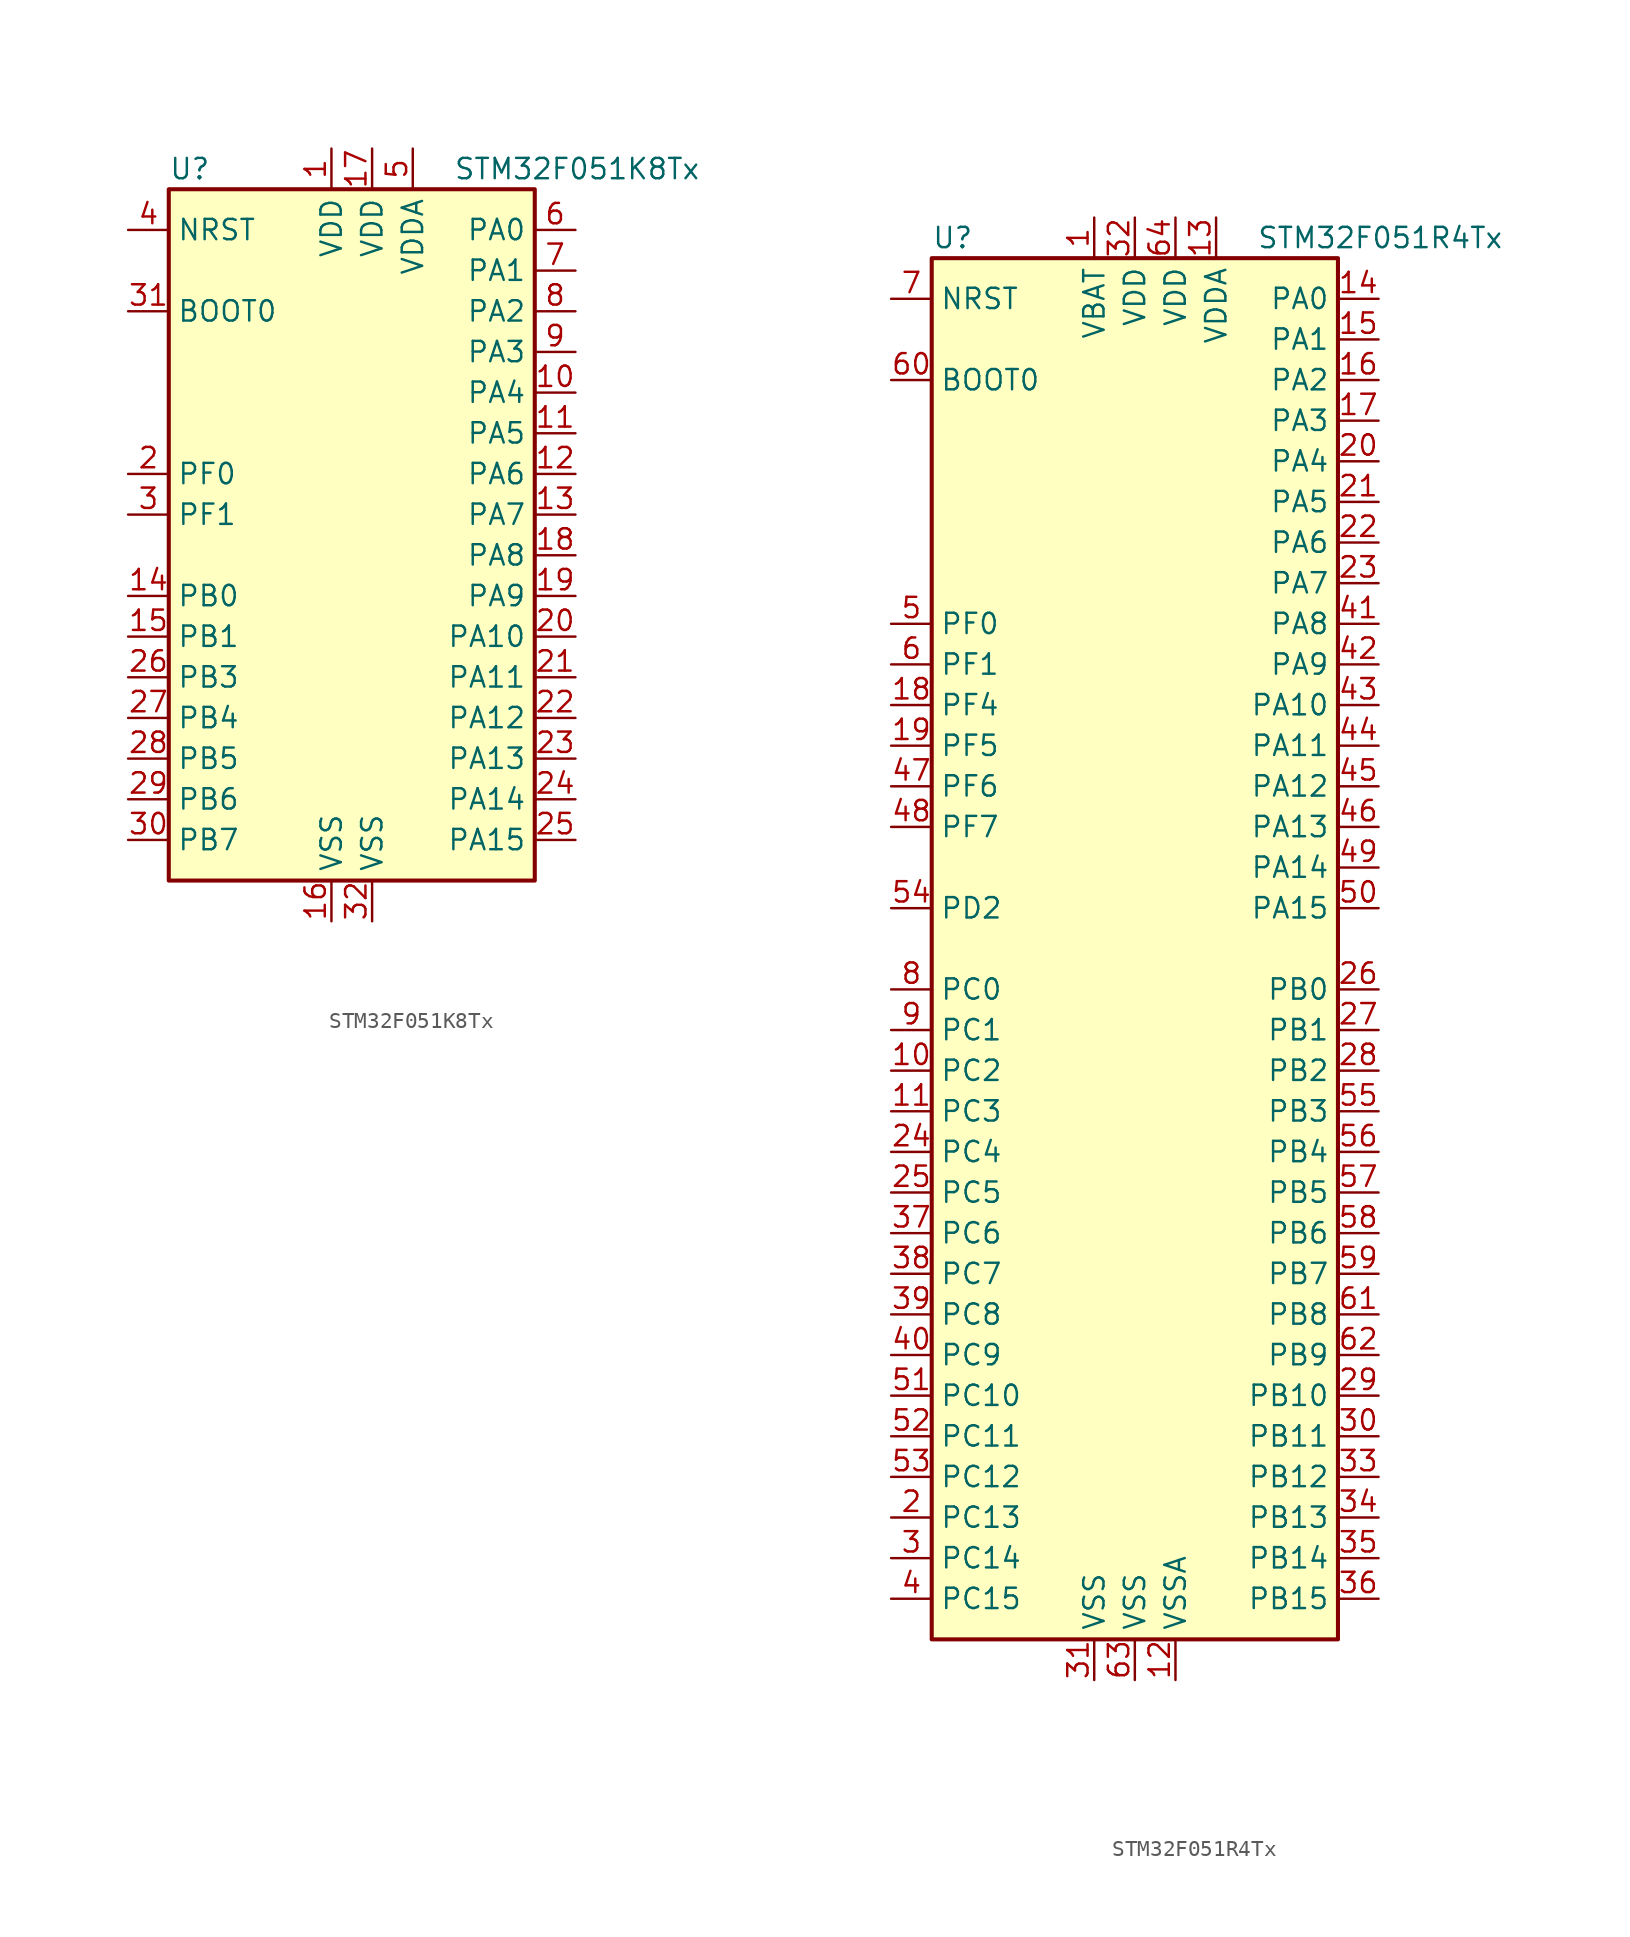
<source format=kicad_sym>
(kicad_symbol_lib
  (version 20201005)
  (generator kicad_symbol_editor)
  (symbol "STM32F051K8Tx"
    (property "Reference" "U"
      (at -12.7 21.59 0)
      (effects (font (size 1.27 1.27)) (justify left)))
    (property "Value" "STM32F051K8Tx"
      (at 5.08 21.59 0)
      (effects (font (size 1.27 1.27)) (justify left)))
    (symbol "STM32F051K8Tx_0_1"
      (rectangle (start -12.7 -22.86) (end 10.16 20.32) (stroke (width 0.254)) (fill (type background))))
    (symbol "STM32F051K8Tx_1_1"
      (pin input line (at -15.24 12.7 0) (length 2.54) (name "BOOT0" (effects (font (size 1.27 1.27)))) (number "31" (effects (font (size 1.27 1.27)))))
      (pin input line (at -15.24 17.78 0) (length 2.54) (name "NRST" (effects (font (size 1.27 1.27)))) (number "4" (effects (font (size 1.27 1.27)))))
      (pin bidirectional line (at 12.7 17.78 180) (length 2.54) (name "PA0" (effects (font (size 1.27 1.27)))) (number "6" (effects (font (size 1.27 1.27)))))
      (pin bidirectional line (at 12.7 15.24 180) (length 2.54) (name "PA1" (effects (font (size 1.27 1.27)))) (number "7" (effects (font (size 1.27 1.27)))))
      (pin bidirectional line (at 12.7 -7.62 180) (length 2.54) (name "PA10" (effects (font (size 1.27 1.27)))) (number "20" (effects (font (size 1.27 1.27)))))
      (pin bidirectional line (at 12.7 -10.16 180) (length 2.54) (name "PA11" (effects (font (size 1.27 1.27)))) (number "21" (effects (font (size 1.27 1.27)))))
      (pin bidirectional line (at 12.7 -12.7 180) (length 2.54) (name "PA12" (effects (font (size 1.27 1.27)))) (number "22" (effects (font (size 1.27 1.27)))))
      (pin bidirectional line (at 12.7 -15.24 180) (length 2.54) (name "PA13" (effects (font (size 1.27 1.27)))) (number "23" (effects (font (size 1.27 1.27)))))
      (pin bidirectional line (at 12.7 -17.78 180) (length 2.54) (name "PA14" (effects (font (size 1.27 1.27)))) (number "24" (effects (font (size 1.27 1.27)))))
      (pin bidirectional line (at 12.7 -20.32 180) (length 2.54) (name "PA15" (effects (font (size 1.27 1.27)))) (number "25" (effects (font (size 1.27 1.27)))))
      (pin bidirectional line (at 12.7 12.7 180) (length 2.54) (name "PA2" (effects (font (size 1.27 1.27)))) (number "8" (effects (font (size 1.27 1.27)))))
      (pin bidirectional line (at 12.7 10.16 180) (length 2.54) (name "PA3" (effects (font (size 1.27 1.27)))) (number "9" (effects (font (size 1.27 1.27)))))
      (pin bidirectional line (at 12.7 7.62 180) (length 2.54) (name "PA4" (effects (font (size 1.27 1.27)))) (number "10" (effects (font (size 1.27 1.27)))))
      (pin bidirectional line (at 12.7 5.08 180) (length 2.54) (name "PA5" (effects (font (size 1.27 1.27)))) (number "11" (effects (font (size 1.27 1.27)))))
      (pin bidirectional line (at 12.7 2.54 180) (length 2.54) (name "PA6" (effects (font (size 1.27 1.27)))) (number "12" (effects (font (size 1.27 1.27)))))
      (pin bidirectional line (at 12.7 0 180) (length 2.54) (name "PA7" (effects (font (size 1.27 1.27)))) (number "13" (effects (font (size 1.27 1.27)))))
      (pin bidirectional line (at 12.7 -2.54 180) (length 2.54) (name "PA8" (effects (font (size 1.27 1.27)))) (number "18" (effects (font (size 1.27 1.27)))))
      (pin bidirectional line (at 12.7 -5.08 180) (length 2.54) (name "PA9" (effects (font (size 1.27 1.27)))) (number "19" (effects (font (size 1.27 1.27)))))
      (pin bidirectional line (at -15.24 -5.08 0) (length 2.54) (name "PB0" (effects (font (size 1.27 1.27)))) (number "14" (effects (font (size 1.27 1.27)))))
      (pin bidirectional line (at -15.24 -7.62 0) (length 2.54) (name "PB1" (effects (font (size 1.27 1.27)))) (number "15" (effects (font (size 1.27 1.27)))))
      (pin bidirectional line (at -15.24 -10.16 0) (length 2.54) (name "PB3" (effects (font (size 1.27 1.27)))) (number "26" (effects (font (size 1.27 1.27)))))
      (pin bidirectional line (at -15.24 -12.7 0) (length 2.54) (name "PB4" (effects (font (size 1.27 1.27)))) (number "27" (effects (font (size 1.27 1.27)))))
      (pin bidirectional line (at -15.24 -15.24 0) (length 2.54) (name "PB5" (effects (font (size 1.27 1.27)))) (number "28" (effects (font (size 1.27 1.27)))))
      (pin bidirectional line (at -15.24 -17.78 0) (length 2.54) (name "PB6" (effects (font (size 1.27 1.27)))) (number "29" (effects (font (size 1.27 1.27)))))
      (pin bidirectional line (at -15.24 -20.32 0) (length 2.54) (name "PB7" (effects (font (size 1.27 1.27)))) (number "30" (effects (font (size 1.27 1.27)))))
      (pin input line (at -15.24 2.54 0) (length 2.54) (name "PF0" (effects (font (size 1.27 1.27)))) (number "2" (effects (font (size 1.27 1.27)))))
      (pin input line (at -15.24 0 0) (length 2.54) (name "PF1" (effects (font (size 1.27 1.27)))) (number "3" (effects (font (size 1.27 1.27)))))
      (pin power_in line (at -2.54 22.86 270) (length 2.54) (name "VDD" (effects (font (size 1.27 1.27)))) (number "1" (effects (font (size 1.27 1.27)))))
      (pin power_in line (at 0 22.86 270) (length 2.54) (name "VDD" (effects (font (size 1.27 1.27)))) (number "17" (effects (font (size 1.27 1.27)))))
      (pin power_in line (at 2.54 22.86 270) (length 2.54) (name "VDDA" (effects (font (size 1.27 1.27)))) (number "5" (effects (font (size 1.27 1.27)))))
      (pin power_in line (at -2.54 -25.4 90) (length 2.54) (name "VSS" (effects (font (size 1.27 1.27)))) (number "16" (effects (font (size 1.27 1.27)))))
      (pin power_in line (at 0 -25.4 90) (length 2.54) (name "VSS" (effects (font (size 1.27 1.27)))) (number "32" (effects (font (size 1.27 1.27)))))))
  (symbol "STM32F051R4Tx"
    (property "Reference" "U"
      (at -12.7 44.45 0)
      (effects (font (size 1.27 1.27)) (justify left)))
    (property "Value" "STM32F051R4Tx"
      (at 7.62 44.45 0)
      (effects (font (size 1.27 1.27)) (justify left)))
    (symbol "STM32F051R4Tx_0_1"
      (rectangle (start -12.7 -43.18) (end 12.7 43.18) (stroke (width 0.254)) (fill (type background))))
    (symbol "STM32F051R4Tx_1_1"
      (pin input line (at -15.24 35.56 0) (length 2.54) (name "BOOT0" (effects (font (size 1.27 1.27)))) (number "60" (effects (font (size 1.27 1.27)))))
      (pin input line (at -15.24 40.64 0) (length 2.54) (name "NRST" (effects (font (size 1.27 1.27)))) (number "7" (effects (font (size 1.27 1.27)))))
      (pin bidirectional line (at 15.24 40.64 180) (length 2.54) (name "PA0" (effects (font (size 1.27 1.27)))) (number "14" (effects (font (size 1.27 1.27)))))
      (pin bidirectional line (at 15.24 38.1 180) (length 2.54) (name "PA1" (effects (font (size 1.27 1.27)))) (number "15" (effects (font (size 1.27 1.27)))))
      (pin bidirectional line (at 15.24 15.24 180) (length 2.54) (name "PA10" (effects (font (size 1.27 1.27)))) (number "43" (effects (font (size 1.27 1.27)))))
      (pin bidirectional line (at 15.24 12.7 180) (length 2.54) (name "PA11" (effects (font (size 1.27 1.27)))) (number "44" (effects (font (size 1.27 1.27)))))
      (pin bidirectional line (at 15.24 10.16 180) (length 2.54) (name "PA12" (effects (font (size 1.27 1.27)))) (number "45" (effects (font (size 1.27 1.27)))))
      (pin bidirectional line (at 15.24 7.62 180) (length 2.54) (name "PA13" (effects (font (size 1.27 1.27)))) (number "46" (effects (font (size 1.27 1.27)))))
      (pin bidirectional line (at 15.24 5.08 180) (length 2.54) (name "PA14" (effects (font (size 1.27 1.27)))) (number "49" (effects (font (size 1.27 1.27)))))
      (pin bidirectional line (at 15.24 2.54 180) (length 2.54) (name "PA15" (effects (font (size 1.27 1.27)))) (number "50" (effects (font (size 1.27 1.27)))))
      (pin bidirectional line (at 15.24 35.56 180) (length 2.54) (name "PA2" (effects (font (size 1.27 1.27)))) (number "16" (effects (font (size 1.27 1.27)))))
      (pin bidirectional line (at 15.24 33.02 180) (length 2.54) (name "PA3" (effects (font (size 1.27 1.27)))) (number "17" (effects (font (size 1.27 1.27)))))
      (pin bidirectional line (at 15.24 30.48 180) (length 2.54) (name "PA4" (effects (font (size 1.27 1.27)))) (number "20" (effects (font (size 1.27 1.27)))))
      (pin bidirectional line (at 15.24 27.94 180) (length 2.54) (name "PA5" (effects (font (size 1.27 1.27)))) (number "21" (effects (font (size 1.27 1.27)))))
      (pin bidirectional line (at 15.24 25.4 180) (length 2.54) (name "PA6" (effects (font (size 1.27 1.27)))) (number "22" (effects (font (size 1.27 1.27)))))
      (pin bidirectional line (at 15.24 22.86 180) (length 2.54) (name "PA7" (effects (font (size 1.27 1.27)))) (number "23" (effects (font (size 1.27 1.27)))))
      (pin bidirectional line (at 15.24 20.32 180) (length 2.54) (name "PA8" (effects (font (size 1.27 1.27)))) (number "41" (effects (font (size 1.27 1.27)))))
      (pin bidirectional line (at 15.24 17.78 180) (length 2.54) (name "PA9" (effects (font (size 1.27 1.27)))) (number "42" (effects (font (size 1.27 1.27)))))
      (pin bidirectional line (at 15.24 -2.54 180) (length 2.54) (name "PB0" (effects (font (size 1.27 1.27)))) (number "26" (effects (font (size 1.27 1.27)))))
      (pin bidirectional line (at 15.24 -5.08 180) (length 2.54) (name "PB1" (effects (font (size 1.27 1.27)))) (number "27" (effects (font (size 1.27 1.27)))))
      (pin bidirectional line (at 15.24 -27.94 180) (length 2.54) (name "PB10" (effects (font (size 1.27 1.27)))) (number "29" (effects (font (size 1.27 1.27)))))
      (pin bidirectional line (at 15.24 -30.48 180) (length 2.54) (name "PB11" (effects (font (size 1.27 1.27)))) (number "30" (effects (font (size 1.27 1.27)))))
      (pin bidirectional line (at 15.24 -33.02 180) (length 2.54) (name "PB12" (effects (font (size 1.27 1.27)))) (number "33" (effects (font (size 1.27 1.27)))))
      (pin bidirectional line (at 15.24 -35.56 180) (length 2.54) (name "PB13" (effects (font (size 1.27 1.27)))) (number "34" (effects (font (size 1.27 1.27)))))
      (pin bidirectional line (at 15.24 -38.1 180) (length 2.54) (name "PB14" (effects (font (size 1.27 1.27)))) (number "35" (effects (font (size 1.27 1.27)))))
      (pin bidirectional line (at 15.24 -40.64 180) (length 2.54) (name "PB15" (effects (font (size 1.27 1.27)))) (number "36" (effects (font (size 1.27 1.27)))))
      (pin bidirectional line (at 15.24 -7.62 180) (length 2.54) (name "PB2" (effects (font (size 1.27 1.27)))) (number "28" (effects (font (size 1.27 1.27)))))
      (pin bidirectional line (at 15.24 -10.16 180) (length 2.54) (name "PB3" (effects (font (size 1.27 1.27)))) (number "55" (effects (font (size 1.27 1.27)))))
      (pin bidirectional line (at 15.24 -12.7 180) (length 2.54) (name "PB4" (effects (font (size 1.27 1.27)))) (number "56" (effects (font (size 1.27 1.27)))))
      (pin bidirectional line (at 15.24 -15.24 180) (length 2.54) (name "PB5" (effects (font (size 1.27 1.27)))) (number "57" (effects (font (size 1.27 1.27)))))
      (pin bidirectional line (at 15.24 -17.78 180) (length 2.54) (name "PB6" (effects (font (size 1.27 1.27)))) (number "58" (effects (font (size 1.27 1.27)))))
      (pin bidirectional line (at 15.24 -20.32 180) (length 2.54) (name "PB7" (effects (font (size 1.27 1.27)))) (number "59" (effects (font (size 1.27 1.27)))))
      (pin bidirectional line (at 15.24 -22.86 180) (length 2.54) (name "PB8" (effects (font (size 1.27 1.27)))) (number "61" (effects (font (size 1.27 1.27)))))
      (pin bidirectional line (at 15.24 -25.4 180) (length 2.54) (name "PB9" (effects (font (size 1.27 1.27)))) (number "62" (effects (font (size 1.27 1.27)))))
      (pin bidirectional line (at -15.24 -2.54 0) (length 2.54) (name "PC0" (effects (font (size 1.27 1.27)))) (number "8" (effects (font (size 1.27 1.27)))))
      (pin bidirectional line (at -15.24 -5.08 0) (length 2.54) (name "PC1" (effects (font (size 1.27 1.27)))) (number "9" (effects (font (size 1.27 1.27)))))
      (pin bidirectional line (at -15.24 -27.94 0) (length 2.54) (name "PC10" (effects (font (size 1.27 1.27)))) (number "51" (effects (font (size 1.27 1.27)))))
      (pin bidirectional line (at -15.24 -30.48 0) (length 2.54) (name "PC11" (effects (font (size 1.27 1.27)))) (number "52" (effects (font (size 1.27 1.27)))))
      (pin bidirectional line (at -15.24 -33.02 0) (length 2.54) (name "PC12" (effects (font (size 1.27 1.27)))) (number "53" (effects (font (size 1.27 1.27)))))
      (pin bidirectional line (at -15.24 -35.56 0) (length 2.54) (name "PC13" (effects (font (size 1.27 1.27)))) (number "2" (effects (font (size 1.27 1.27)))))
      (pin bidirectional line (at -15.24 -38.1 0) (length 2.54) (name "PC14" (effects (font (size 1.27 1.27)))) (number "3" (effects (font (size 1.27 1.27)))))
      (pin bidirectional line (at -15.24 -40.64 0) (length 2.54) (name "PC15" (effects (font (size 1.27 1.27)))) (number "4" (effects (font (size 1.27 1.27)))))
      (pin bidirectional line (at -15.24 -7.62 0) (length 2.54) (name "PC2" (effects (font (size 1.27 1.27)))) (number "10" (effects (font (size 1.27 1.27)))))
      (pin bidirectional line (at -15.24 -10.16 0) (length 2.54) (name "PC3" (effects (font (size 1.27 1.27)))) (number "11" (effects (font (size 1.27 1.27)))))
      (pin bidirectional line (at -15.24 -12.7 0) (length 2.54) (name "PC4" (effects (font (size 1.27 1.27)))) (number "24" (effects (font (size 1.27 1.27)))))
      (pin bidirectional line (at -15.24 -15.24 0) (length 2.54) (name "PC5" (effects (font (size 1.27 1.27)))) (number "25" (effects (font (size 1.27 1.27)))))
      (pin bidirectional line (at -15.24 -17.78 0) (length 2.54) (name "PC6" (effects (font (size 1.27 1.27)))) (number "37" (effects (font (size 1.27 1.27)))))
      (pin bidirectional line (at -15.24 -20.32 0) (length 2.54) (name "PC7" (effects (font (size 1.27 1.27)))) (number "38" (effects (font (size 1.27 1.27)))))
      (pin bidirectional line (at -15.24 -22.86 0) (length 2.54) (name "PC8" (effects (font (size 1.27 1.27)))) (number "39" (effects (font (size 1.27 1.27)))))
      (pin bidirectional line (at -15.24 -25.4 0) (length 2.54) (name "PC9" (effects (font (size 1.27 1.27)))) (number "40" (effects (font (size 1.27 1.27)))))
      (pin bidirectional line (at -15.24 2.54 0) (length 2.54) (name "PD2" (effects (font (size 1.27 1.27)))) (number "54" (effects (font (size 1.27 1.27)))))
      (pin input line (at -15.24 20.32 0) (length 2.54) (name "PF0" (effects (font (size 1.27 1.27)))) (number "5" (effects (font (size 1.27 1.27)))))
      (pin input line (at -15.24 17.78 0) (length 2.54) (name "PF1" (effects (font (size 1.27 1.27)))) (number "6" (effects (font (size 1.27 1.27)))))
      (pin bidirectional line (at -15.24 15.24 0) (length 2.54) (name "PF4" (effects (font (size 1.27 1.27)))) (number "18" (effects (font (size 1.27 1.27)))))
      (pin bidirectional line (at -15.24 12.7 0) (length 2.54) (name "PF5" (effects (font (size 1.27 1.27)))) (number "19" (effects (font (size 1.27 1.27)))))
      (pin bidirectional line (at -15.24 10.16 0) (length 2.54) (name "PF6" (effects (font (size 1.27 1.27)))) (number "47" (effects (font (size 1.27 1.27)))))
      (pin bidirectional line (at -15.24 7.62 0) (length 2.54) (name "PF7" (effects (font (size 1.27 1.27)))) (number "48" (effects (font (size 1.27 1.27)))))
      (pin power_in line (at -2.54 45.72 270) (length 2.54) (name "VBAT" (effects (font (size 1.27 1.27)))) (number "1" (effects (font (size 1.27 1.27)))))
      (pin power_in line (at 0 45.72 270) (length 2.54) (name "VDD" (effects (font (size 1.27 1.27)))) (number "32" (effects (font (size 1.27 1.27)))))
      (pin power_in line (at 2.54 45.72 270) (length 2.54) (name "VDD" (effects (font (size 1.27 1.27)))) (number "64" (effects (font (size 1.27 1.27)))))
      (pin power_in line (at 5.08 45.72 270) (length 2.54) (name "VDDA" (effects (font (size 1.27 1.27)))) (number "13" (effects (font (size 1.27 1.27)))))
      (pin power_in line (at -2.54 -45.72 90) (length 2.54) (name "VSS" (effects (font (size 1.27 1.27)))) (number "31" (effects (font (size 1.27 1.27)))))
      (pin power_in line (at 0 -45.72 90) (length 2.54) (name "VSS" (effects (font (size 1.27 1.27)))) (number "63" (effects (font (size 1.27 1.27)))))
      (pin power_in line (at 2.54 -45.72 90) (length 2.54) (name "VSSA" (effects (font (size 1.27 1.27)))) (number "12" (effects (font (size 1.27 1.27))))))))
</source>
